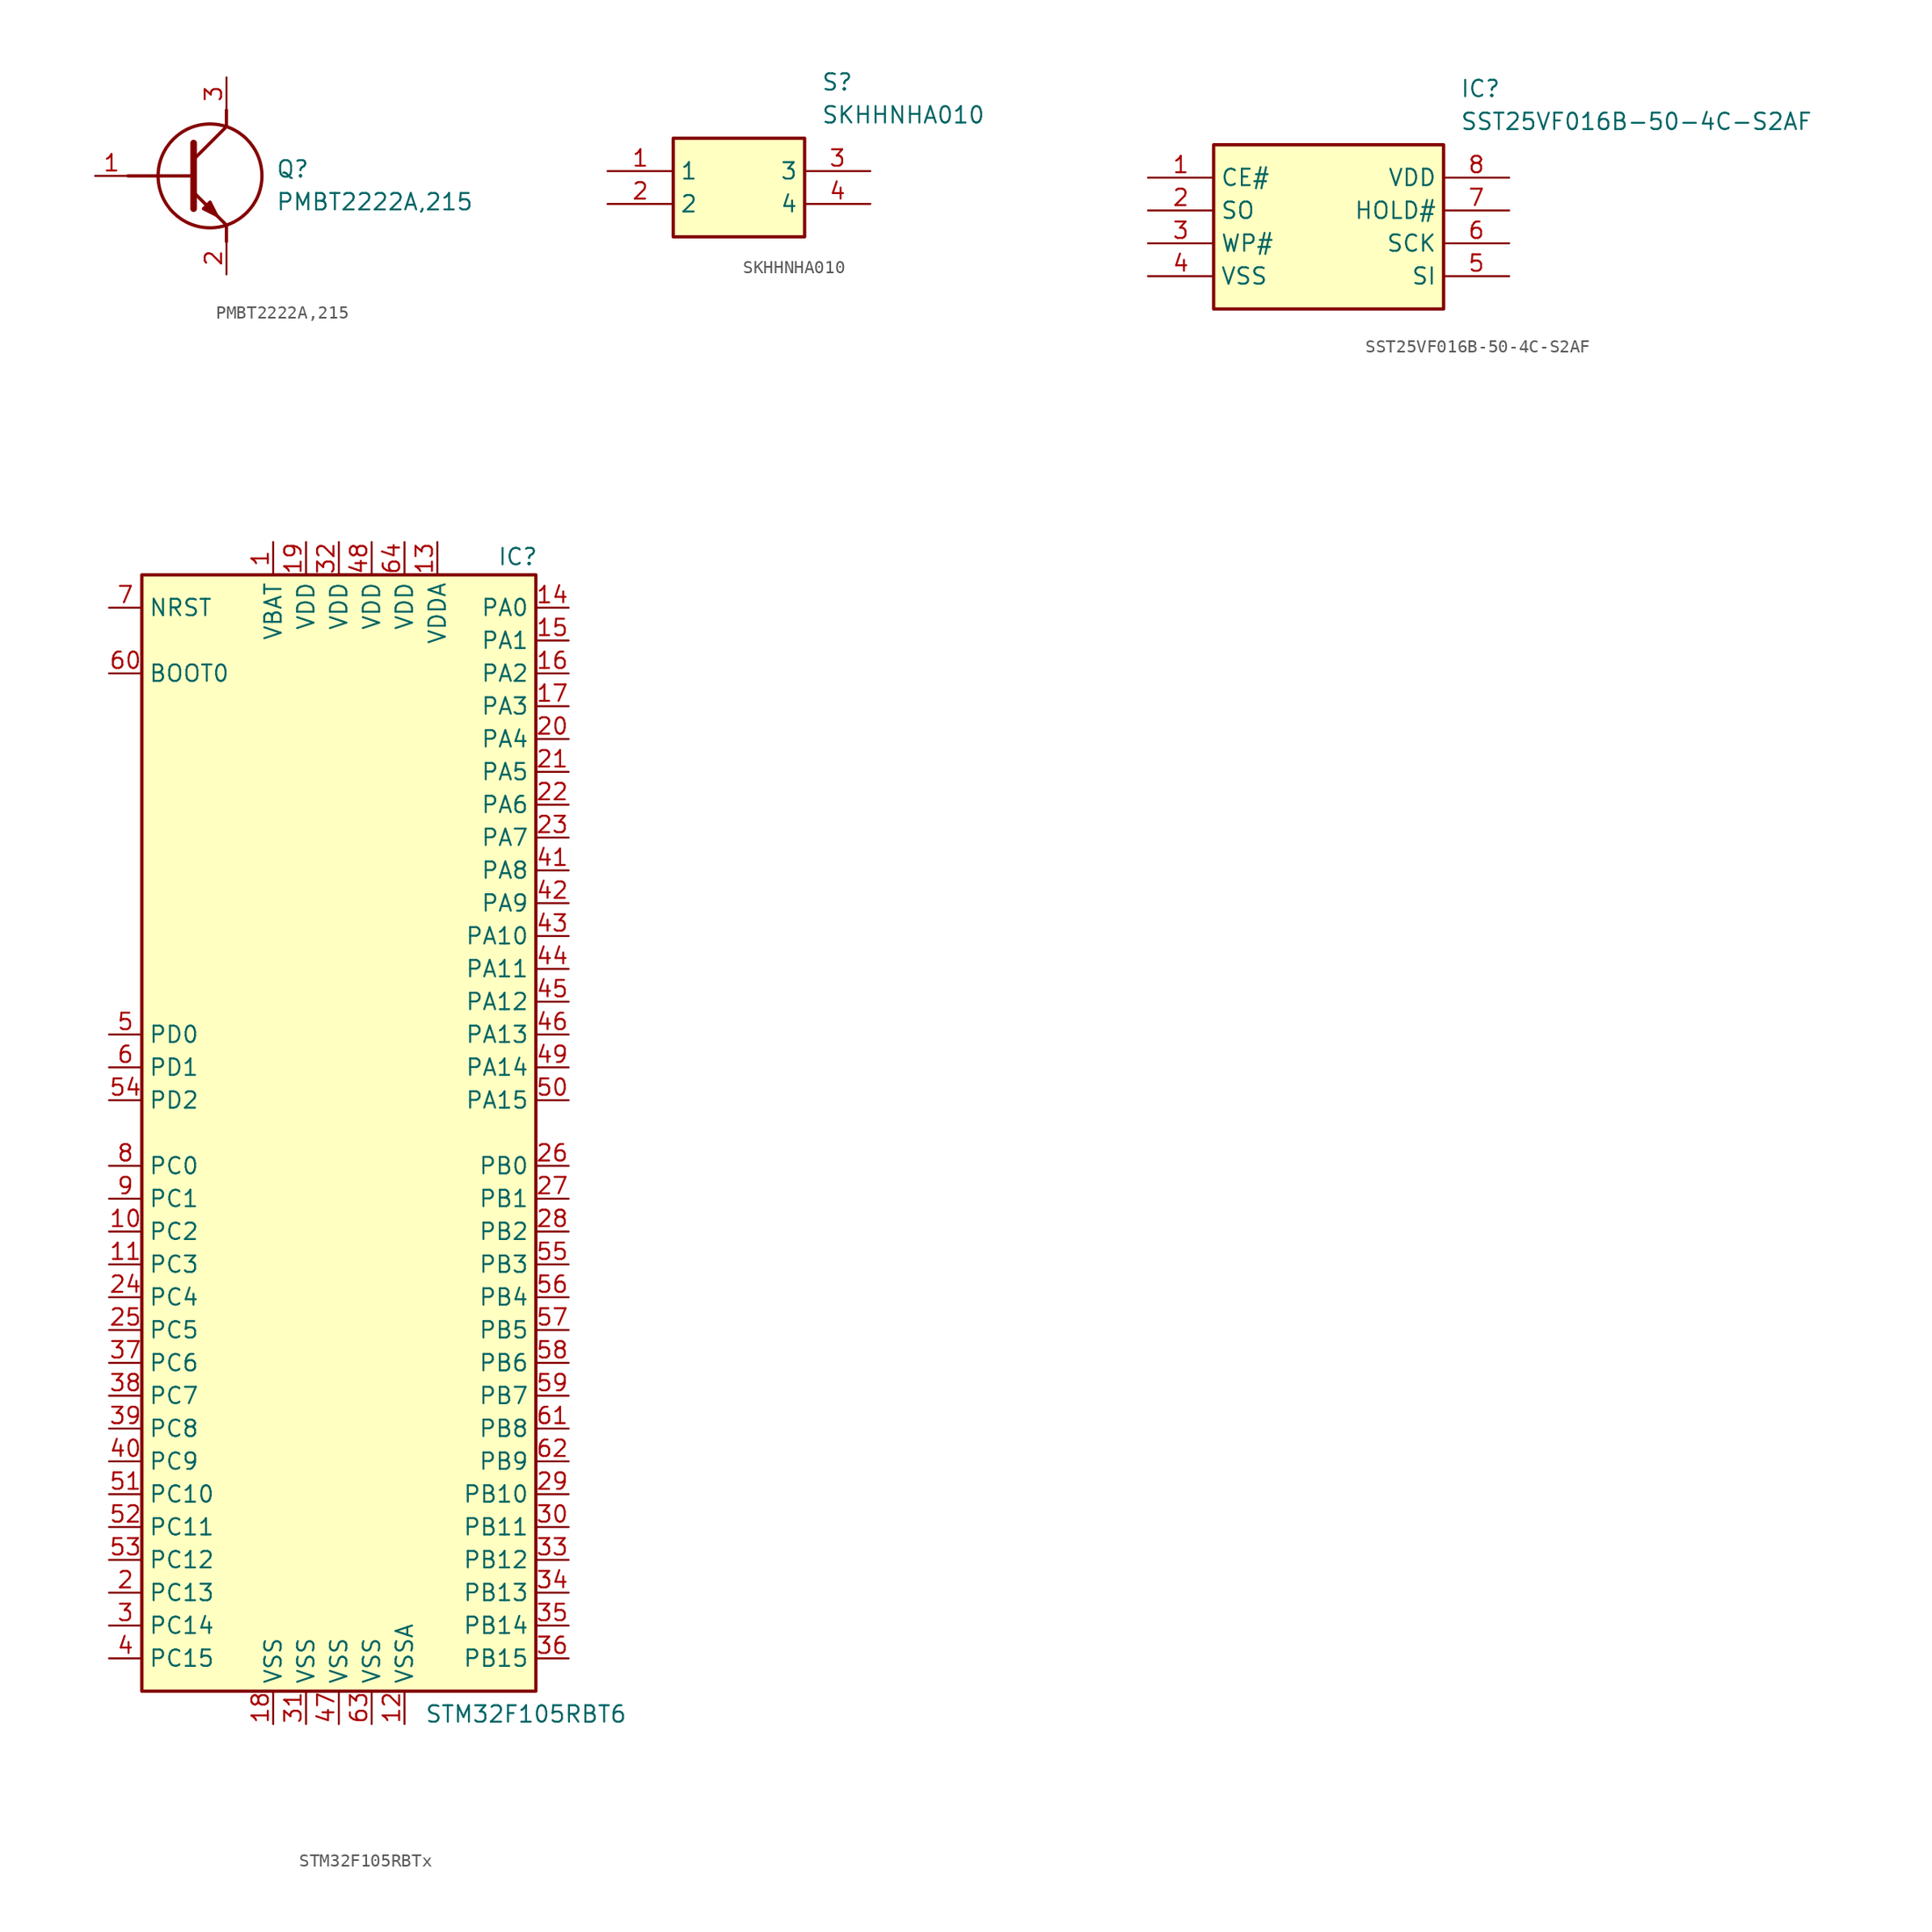
<source format=kicad_sym>
(kicad_symbol_lib
  (version 20231120)
  (generator "kicad_symbol_editor")
  (generator_version "8.0")
  (symbol "PMBT2222A,215"
    (pin_names hide)
    (property "Reference" "Q"
      (at 13.97 1.27 0)
      (effects (font (size 1.27 1.27)) (justify left top)))
    (property "Value" "PMBT2222A,215"
      (at 13.97 -1.27 0)
      (effects (font (size 1.27 1.27)) (justify left top)))
    (symbol "PMBT2222A,215_1_1"
      (polyline (pts (xy 2.54 0) (xy 7.62 0)) (stroke (width 0.254) (type default)) (fill (type none)))
      (polyline (pts (xy 7.62 -1.27) (xy 10.16 -3.81)) (stroke (width 0.254) (type default)) (fill (type none)))
      (polyline (pts (xy 7.62 1.27) (xy 10.16 3.81)) (stroke (width 0.254) (type default)) (fill (type none)))
      (polyline (pts (xy 7.62 2.54) (xy 7.62 -2.54)) (stroke (width 0.508) (type default)) (fill (type none)))
      (polyline (pts (xy 10.16 -3.81) (xy 10.16 -5.08)) (stroke (width 0.254) (type default)) (fill (type none)))
      (polyline (pts (xy 10.16 3.81) (xy 10.16 5.08)) (stroke (width 0.254) (type default)) (fill (type none)))
      (polyline (pts (xy 8.382 -2.54) (xy 8.89 -2.032) (xy 9.398 -3.048) (xy 8.382 -2.54)) (stroke (width 0.254) (type default)) (fill (type outline)))
      (circle (center 8.89 0) (radius 4.016) (stroke (width 0.254) (type default)) (fill (type none)))
      (pin passive line (at 0 0 0) (length 2.54) (name "B" (effects (font (size 1.27 1.27)))) (number "1" (effects (font (size 1.27 1.27)))))
      (pin passive line (at 10.16 -7.62 90) (length 2.54) (name "E" (effects (font (size 1.27 1.27)))) (number "2" (effects (font (size 1.27 1.27)))))
      (pin passive line (at 10.16 7.62 270) (length 2.54) (name "C" (effects (font (size 1.27 1.27)))) (number "3" (effects (font (size 1.27 1.27)))))))
  (symbol "SKHHNHA010"
    (property "Reference" "S"
      (at 16.51 7.62 0)
      (effects (font (size 1.27 1.27)) (justify left top)))
    (property "Value" "SKHHNHA010"
      (at 16.51 5.08 0)
      (effects (font (size 1.27 1.27)) (justify left top)))
    (rectangle
      (start 5.08 2.54)
      (end 15.24 -5.08)
      (stroke (width 0.254) (type default))
      (fill (type background)))
    (pin passive line
      (at 0 0 0)
      (length 5.08)
      (name "1" (effects (font (size 1.27 1.27))))
      (number "1" (effects (font (size 1.27 1.27)))))
    (pin passive line
      (at 0 -2.54 0)
      (length 5.08)
      (name "2" (effects (font (size 1.27 1.27))))
      (number "2" (effects (font (size 1.27 1.27)))))
    (pin passive line
      (at 20.32 0 180)
      (length 5.08)
      (name "3" (effects (font (size 1.27 1.27))))
      (number "3" (effects (font (size 1.27 1.27)))))
    (pin passive line
      (at 20.32 -2.54 180)
      (length 5.08)
      (name "4" (effects (font (size 1.27 1.27))))
      (number "4" (effects (font (size 1.27 1.27))))))
  (symbol "SST25VF016B-50-4C-S2AF"
    (property "Reference" "IC"
      (at 24.13 7.62 0)
      (effects (font (size 1.27 1.27)) (justify left top)))
    (property "Value" "SST25VF016B-50-4C-S2AF"
      (at 24.13 5.08 0)
      (effects (font (size 1.27 1.27)) (justify left top)))
    (symbol "SST25VF016B-50-4C-S2AF_1_1"
      (rectangle (start 5.08 2.54) (end 22.86 -10.16) (stroke (width 0.254) (type default)) (fill (type background)))
      (pin passive line (at 0 0 0) (length 5.08) (name "CE#" (effects (font (size 1.27 1.27)))) (number "1" (effects (font (size 1.27 1.27)))))
      (pin passive line (at 0 -2.54 0) (length 5.08) (name "SO" (effects (font (size 1.27 1.27)))) (number "2" (effects (font (size 1.27 1.27)))))
      (pin passive line (at 0 -5.08 0) (length 5.08) (name "WP#" (effects (font (size 1.27 1.27)))) (number "3" (effects (font (size 1.27 1.27)))))
      (pin passive line (at 0 -7.62 0) (length 5.08) (name "VSS" (effects (font (size 1.27 1.27)))) (number "4" (effects (font (size 1.27 1.27)))))
      (pin passive line (at 27.94 -7.62 180) (length 5.08) (name "SI" (effects (font (size 1.27 1.27)))) (number "5" (effects (font (size 1.27 1.27)))))
      (pin passive line (at 27.94 -5.08 180) (length 5.08) (name "SCK" (effects (font (size 1.27 1.27)))) (number "6" (effects (font (size 1.27 1.27)))))
      (pin passive line (at 27.94 -2.54 180) (length 5.08) (name "HOLD#" (effects (font (size 1.27 1.27)))) (number "7" (effects (font (size 1.27 1.27)))))
      (pin passive line (at 27.94 0 180) (length 5.08) (name "VDD" (effects (font (size 1.27 1.27)))) (number "8" (effects (font (size 1.27 1.27)))))))
  (symbol "STM32F105RBTx"
    (property "Reference" "IC"
      (at 13.843 44.577 0)
      (effects (font (size 1.27 1.27))))
    (property "Value" "STM32F105RBT6"
      (at 14.478 -44.958 0)
      (effects (font (size 1.27 1.27))))
    (symbol "STM32F105RBTx_0_1"
      (rectangle (start -15.24 -43.18) (end 15.24 43.18) (stroke (width 0.254) (type default)) (fill (type background))))
    (symbol "STM32F105RBTx_1_1"
      (pin power_in line (at -5.08 45.72 270) (length 2.54) (name "VBAT" (effects (font (size 1.27 1.27)))) (number "1" (effects (font (size 1.27 1.27)))))
      (pin bidirectional line (at -17.78 -7.62 0) (length 2.54) (name "PC2" (effects (font (size 1.27 1.27)))) (number "10" (effects (font (size 1.27 1.27)))))
      (pin bidirectional line (at -17.78 -10.16 0) (length 2.54) (name "PC3" (effects (font (size 1.27 1.27)))) (number "11" (effects (font (size 1.27 1.27)))))
      (pin power_in line (at 5.08 -45.72 90) (length 2.54) (name "VSSA" (effects (font (size 1.27 1.27)))) (number "12" (effects (font (size 1.27 1.27)))))
      (pin power_in line (at 7.62 45.72 270) (length 2.54) (name "VDDA" (effects (font (size 1.27 1.27)))) (number "13" (effects (font (size 1.27 1.27)))))
      (pin bidirectional line (at 17.78 40.64 180) (length 2.54) (name "PA0" (effects (font (size 1.27 1.27)))) (number "14" (effects (font (size 1.27 1.27)))))
      (pin bidirectional line (at 17.78 38.1 180) (length 2.54) (name "PA1" (effects (font (size 1.27 1.27)))) (number "15" (effects (font (size 1.27 1.27)))))
      (pin bidirectional line (at 17.78 35.56 180) (length 2.54) (name "PA2" (effects (font (size 1.27 1.27)))) (number "16" (effects (font (size 1.27 1.27)))))
      (pin bidirectional line (at 17.78 33.02 180) (length 2.54) (name "PA3" (effects (font (size 1.27 1.27)))) (number "17" (effects (font (size 1.27 1.27)))))
      (pin power_in line (at -5.08 -45.72 90) (length 2.54) (name "VSS" (effects (font (size 1.27 1.27)))) (number "18" (effects (font (size 1.27 1.27)))))
      (pin power_in line (at -2.54 45.72 270) (length 2.54) (name "VDD" (effects (font (size 1.27 1.27)))) (number "19" (effects (font (size 1.27 1.27)))))
      (pin bidirectional line (at -17.78 -35.56 0) (length 2.54) (name "PC13" (effects (font (size 1.27 1.27)))) (number "2" (effects (font (size 1.27 1.27)))))
      (pin bidirectional line (at 17.78 30.48 180) (length 2.54) (name "PA4" (effects (font (size 1.27 1.27)))) (number "20" (effects (font (size 1.27 1.27)))))
      (pin bidirectional line (at 17.78 27.94 180) (length 2.54) (name "PA5" (effects (font (size 1.27 1.27)))) (number "21" (effects (font (size 1.27 1.27)))))
      (pin bidirectional line (at 17.78 25.4 180) (length 2.54) (name "PA6" (effects (font (size 1.27 1.27)))) (number "22" (effects (font (size 1.27 1.27)))))
      (pin bidirectional line (at 17.78 22.86 180) (length 2.54) (name "PA7" (effects (font (size 1.27 1.27)))) (number "23" (effects (font (size 1.27 1.27)))))
      (pin bidirectional line (at -17.78 -12.7 0) (length 2.54) (name "PC4" (effects (font (size 1.27 1.27)))) (number "24" (effects (font (size 1.27 1.27)))))
      (pin bidirectional line (at -17.78 -15.24 0) (length 2.54) (name "PC5" (effects (font (size 1.27 1.27)))) (number "25" (effects (font (size 1.27 1.27)))))
      (pin bidirectional line (at 17.78 -2.54 180) (length 2.54) (name "PB0" (effects (font (size 1.27 1.27)))) (number "26" (effects (font (size 1.27 1.27)))))
      (pin bidirectional line (at 17.78 -5.08 180) (length 2.54) (name "PB1" (effects (font (size 1.27 1.27)))) (number "27" (effects (font (size 1.27 1.27)))))
      (pin bidirectional line (at 17.78 -7.62 180) (length 2.54) (name "PB2" (effects (font (size 1.27 1.27)))) (number "28" (effects (font (size 1.27 1.27)))))
      (pin bidirectional line (at 17.78 -27.94 180) (length 2.54) (name "PB10" (effects (font (size 1.27 1.27)))) (number "29" (effects (font (size 1.27 1.27)))))
      (pin bidirectional line (at -17.78 -38.1 0) (length 2.54) (name "PC14" (effects (font (size 1.27 1.27)))) (number "3" (effects (font (size 1.27 1.27)))))
      (pin bidirectional line (at 17.78 -30.48 180) (length 2.54) (name "PB11" (effects (font (size 1.27 1.27)))) (number "30" (effects (font (size 1.27 1.27)))))
      (pin power_in line (at -2.54 -45.72 90) (length 2.54) (name "VSS" (effects (font (size 1.27 1.27)))) (number "31" (effects (font (size 1.27 1.27)))))
      (pin power_in line (at 0 45.72 270) (length 2.54) (name "VDD" (effects (font (size 1.27 1.27)))) (number "32" (effects (font (size 1.27 1.27)))))
      (pin bidirectional line (at 17.78 -33.02 180) (length 2.54) (name "PB12" (effects (font (size 1.27 1.27)))) (number "33" (effects (font (size 1.27 1.27)))))
      (pin bidirectional line (at 17.78 -35.56 180) (length 2.54) (name "PB13" (effects (font (size 1.27 1.27)))) (number "34" (effects (font (size 1.27 1.27)))))
      (pin bidirectional line (at 17.78 -38.1 180) (length 2.54) (name "PB14" (effects (font (size 1.27 1.27)))) (number "35" (effects (font (size 1.27 1.27)))))
      (pin bidirectional line (at 17.78 -40.64 180) (length 2.54) (name "PB15" (effects (font (size 1.27 1.27)))) (number "36" (effects (font (size 1.27 1.27)))))
      (pin bidirectional line (at -17.78 -17.78 0) (length 2.54) (name "PC6" (effects (font (size 1.27 1.27)))) (number "37" (effects (font (size 1.27 1.27)))))
      (pin bidirectional line (at -17.78 -20.32 0) (length 2.54) (name "PC7" (effects (font (size 1.27 1.27)))) (number "38" (effects (font (size 1.27 1.27)))))
      (pin bidirectional line (at -17.78 -22.86 0) (length 2.54) (name "PC8" (effects (font (size 1.27 1.27)))) (number "39" (effects (font (size 1.27 1.27)))))
      (pin bidirectional line (at -17.78 -40.64 0) (length 2.54) (name "PC15" (effects (font (size 1.27 1.27)))) (number "4" (effects (font (size 1.27 1.27)))))
      (pin bidirectional line (at -17.78 -25.4 0) (length 2.54) (name "PC9" (effects (font (size 1.27 1.27)))) (number "40" (effects (font (size 1.27 1.27)))))
      (pin bidirectional line (at 17.78 20.32 180) (length 2.54) (name "PA8" (effects (font (size 1.27 1.27)))) (number "41" (effects (font (size 1.27 1.27)))))
      (pin bidirectional line (at 17.78 17.78 180) (length 2.54) (name "PA9" (effects (font (size 1.27 1.27)))) (number "42" (effects (font (size 1.27 1.27)))))
      (pin bidirectional line (at 17.78 15.24 180) (length 2.54) (name "PA10" (effects (font (size 1.27 1.27)))) (number "43" (effects (font (size 1.27 1.27)))))
      (pin bidirectional line (at 17.78 12.7 180) (length 2.54) (name "PA11" (effects (font (size 1.27 1.27)))) (number "44" (effects (font (size 1.27 1.27)))))
      (pin bidirectional line (at 17.78 10.16 180) (length 2.54) (name "PA12" (effects (font (size 1.27 1.27)))) (number "45" (effects (font (size 1.27 1.27)))))
      (pin bidirectional line (at 17.78 7.62 180) (length 2.54) (name "PA13" (effects (font (size 1.27 1.27)))) (number "46" (effects (font (size 1.27 1.27)))))
      (pin power_in line (at 0 -45.72 90) (length 2.54) (name "VSS" (effects (font (size 1.27 1.27)))) (number "47" (effects (font (size 1.27 1.27)))))
      (pin power_in line (at 2.54 45.72 270) (length 2.54) (name "VDD" (effects (font (size 1.27 1.27)))) (number "48" (effects (font (size 1.27 1.27)))))
      (pin bidirectional line (at 17.78 5.08 180) (length 2.54) (name "PA14" (effects (font (size 1.27 1.27)))) (number "49" (effects (font (size 1.27 1.27)))))
      (pin input line (at -17.78 7.62 0) (length 2.54) (name "PD0" (effects (font (size 1.27 1.27)))) (number "5" (effects (font (size 1.27 1.27)))))
      (pin bidirectional line (at 17.78 2.54 180) (length 2.54) (name "PA15" (effects (font (size 1.27 1.27)))) (number "50" (effects (font (size 1.27 1.27)))))
      (pin bidirectional line (at -17.78 -27.94 0) (length 2.54) (name "PC10" (effects (font (size 1.27 1.27)))) (number "51" (effects (font (size 1.27 1.27)))))
      (pin bidirectional line (at -17.78 -30.48 0) (length 2.54) (name "PC11" (effects (font (size 1.27 1.27)))) (number "52" (effects (font (size 1.27 1.27)))))
      (pin bidirectional line (at -17.78 -33.02 0) (length 2.54) (name "PC12" (effects (font (size 1.27 1.27)))) (number "53" (effects (font (size 1.27 1.27)))))
      (pin bidirectional line (at -17.78 2.54 0) (length 2.54) (name "PD2" (effects (font (size 1.27 1.27)))) (number "54" (effects (font (size 1.27 1.27)))))
      (pin bidirectional line (at 17.78 -10.16 180) (length 2.54) (name "PB3" (effects (font (size 1.27 1.27)))) (number "55" (effects (font (size 1.27 1.27)))))
      (pin bidirectional line (at 17.78 -12.7 180) (length 2.54) (name "PB4" (effects (font (size 1.27 1.27)))) (number "56" (effects (font (size 1.27 1.27)))))
      (pin bidirectional line (at 17.78 -15.24 180) (length 2.54) (name "PB5" (effects (font (size 1.27 1.27)))) (number "57" (effects (font (size 1.27 1.27)))))
      (pin bidirectional line (at 17.78 -17.78 180) (length 2.54) (name "PB6" (effects (font (size 1.27 1.27)))) (number "58" (effects (font (size 1.27 1.27)))))
      (pin bidirectional line (at 17.78 -20.32 180) (length 2.54) (name "PB7" (effects (font (size 1.27 1.27)))) (number "59" (effects (font (size 1.27 1.27)))))
      (pin input line (at -17.78 5.08 0) (length 2.54) (name "PD1" (effects (font (size 1.27 1.27)))) (number "6" (effects (font (size 1.27 1.27)))))
      (pin input line (at -17.78 35.56 0) (length 2.54) (name "BOOT0" (effects (font (size 1.27 1.27)))) (number "60" (effects (font (size 1.27 1.27)))))
      (pin bidirectional line (at 17.78 -22.86 180) (length 2.54) (name "PB8" (effects (font (size 1.27 1.27)))) (number "61" (effects (font (size 1.27 1.27)))))
      (pin bidirectional line (at 17.78 -25.4 180) (length 2.54) (name "PB9" (effects (font (size 1.27 1.27)))) (number "62" (effects (font (size 1.27 1.27)))))
      (pin power_in line (at 2.54 -45.72 90) (length 2.54) (name "VSS" (effects (font (size 1.27 1.27)))) (number "63" (effects (font (size 1.27 1.27)))))
      (pin power_in line (at 5.08 45.72 270) (length 2.54) (name "VDD" (effects (font (size 1.27 1.27)))) (number "64" (effects (font (size 1.27 1.27)))))
      (pin input line (at -17.78 40.64 0) (length 2.54) (name "NRST" (effects (font (size 1.27 1.27)))) (number "7" (effects (font (size 1.27 1.27)))))
      (pin bidirectional line (at -17.78 -2.54 0) (length 2.54) (name "PC0" (effects (font (size 1.27 1.27)))) (number "8" (effects (font (size 1.27 1.27)))))
      (pin bidirectional line (at -17.78 -5.08 0) (length 2.54) (name "PC1" (effects (font (size 1.27 1.27)))) (number "9" (effects (font (size 1.27 1.27))))))))
</source>
